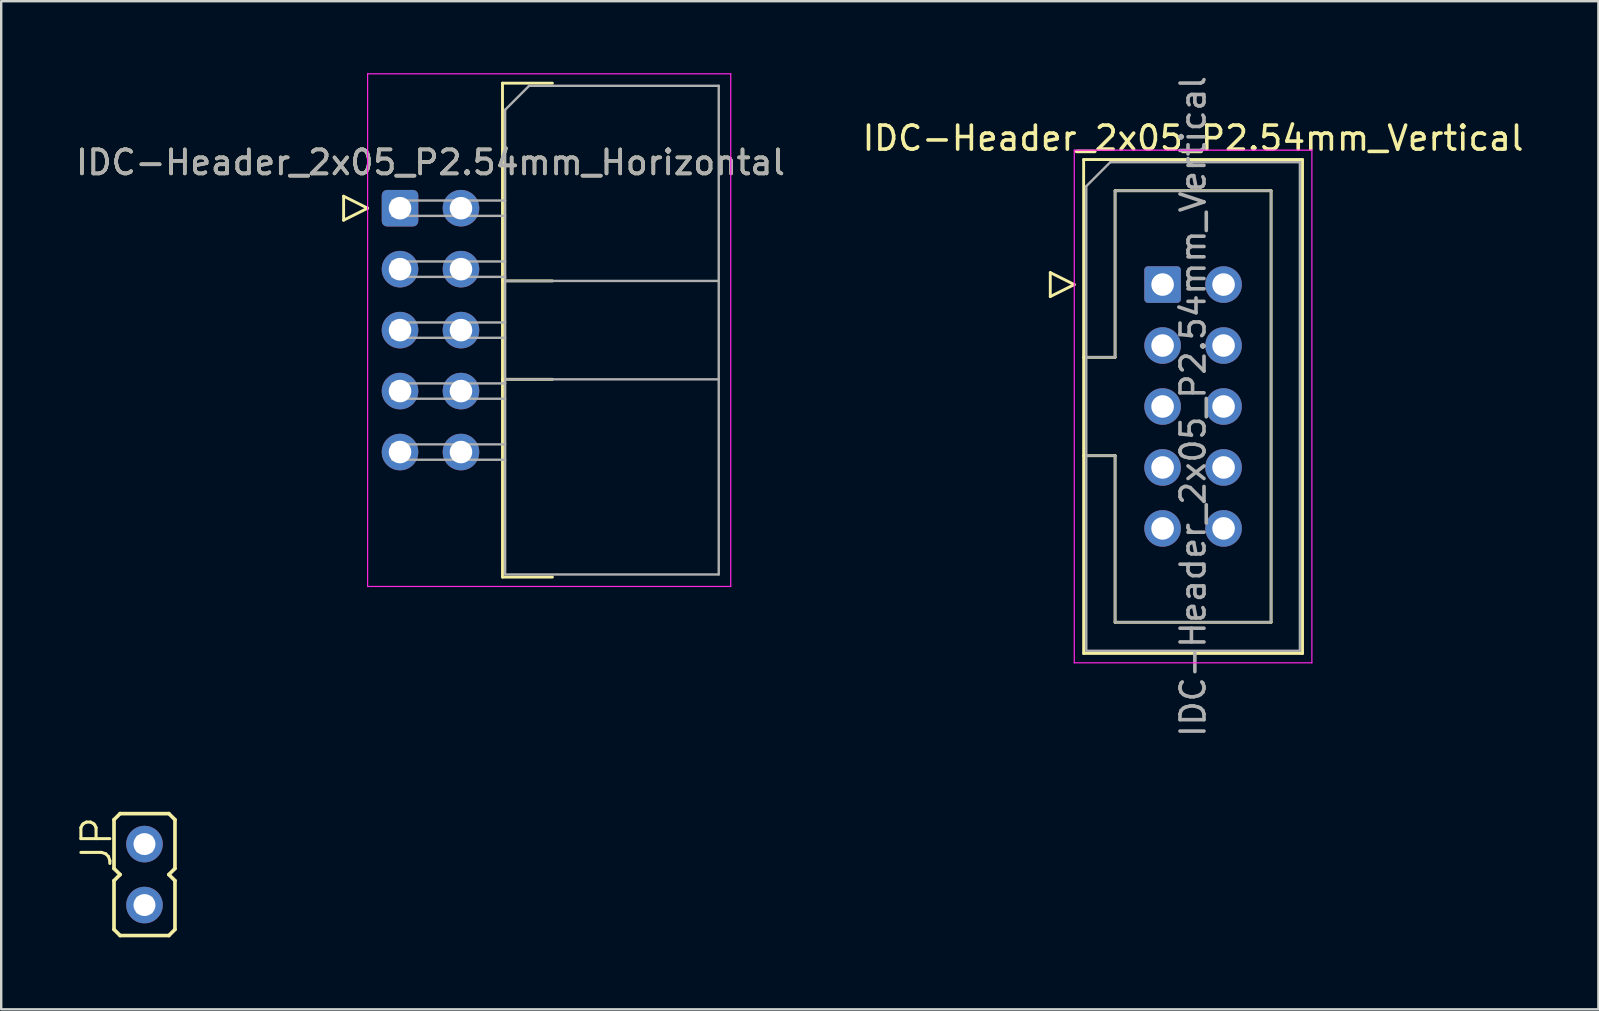
<source format=kicad_pcb>
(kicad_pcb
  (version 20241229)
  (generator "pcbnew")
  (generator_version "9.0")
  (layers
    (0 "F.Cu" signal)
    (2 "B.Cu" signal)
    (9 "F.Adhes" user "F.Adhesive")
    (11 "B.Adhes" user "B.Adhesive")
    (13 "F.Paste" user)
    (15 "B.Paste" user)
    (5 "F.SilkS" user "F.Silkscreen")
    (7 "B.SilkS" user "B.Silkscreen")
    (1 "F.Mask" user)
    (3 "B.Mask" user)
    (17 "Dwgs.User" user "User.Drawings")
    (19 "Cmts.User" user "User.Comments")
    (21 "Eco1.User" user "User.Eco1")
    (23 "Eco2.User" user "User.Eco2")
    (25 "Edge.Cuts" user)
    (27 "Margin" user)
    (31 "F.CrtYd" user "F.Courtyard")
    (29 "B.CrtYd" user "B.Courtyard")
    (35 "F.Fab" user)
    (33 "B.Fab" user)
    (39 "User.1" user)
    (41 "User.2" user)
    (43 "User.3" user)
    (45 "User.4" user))
  (footprint "IDC-Header_2x05_P2.54mm_Horizontal"
    (layer "F.Cu")
    (at 13.617 5.625)
    (property "Reference" "IDC-Header_2x05_P2.54mm_Horizontal" (at 1.27 -1.905 0) (layer "F.SilkS") (effects (font (size 1 1) (thickness 0.15))))
    (attr through_hole)
    (fp_line (start -2.35 -0.5) (end -2.35 0.5) (stroke (width 0.12) (type solid)) (layer "F.SilkS"))
    (fp_line (start -2.35 0.5) (end -1.35 0) (stroke (width 0.12) (type solid)) (layer "F.SilkS"))
    (fp_line (start -1.35 0) (end -2.35 -0.5) (stroke (width 0.12) (type solid)) (layer "F.SilkS"))
    (fp_line (start 4.27 -5.21) (end 6.35 -5.21) (stroke (width 0.12) (type solid)) (layer "F.SilkS"))
    (fp_line (start 4.27 3.03) (end 6.35 3.03) (stroke (width 0.12) (type solid)) (layer "F.SilkS"))
    (fp_line (start 4.27 7.13) (end 6.35 7.13) (stroke (width 0.12) (type solid)) (layer "F.SilkS"))
    (fp_line (start 4.27 15.37) (end 4.27 -5.21) (stroke (width 0.12) (type solid)) (layer "F.SilkS"))
    (fp_line (start 6.35 15.37) (end 4.27 15.37) (stroke (width 0.12) (type solid)) (layer "F.SilkS"))
    (fp_line (start -1.35 -5.6) (end -1.35 15.76) (stroke (width 0.05) (type solid)) (layer "F.CrtYd"))
    (fp_line (start -1.35 15.76) (end 13.78 15.76) (stroke (width 0.05) (type solid)) (layer "F.CrtYd"))
    (fp_line (start 13.78 -5.6) (end -1.35 -5.6) (stroke (width 0.05) (type solid)) (layer "F.CrtYd"))
    (fp_line (start 13.78 15.76) (end 13.78 -5.6) (stroke (width 0.05) (type solid)) (layer "F.CrtYd"))
    (fp_line (start -0.32 -0.32) (end -0.32 0.32) (stroke (width 0.1) (type solid)) (layer "F.Fab"))
    (fp_line (start -0.32 0.32) (end 4.38 0.32) (stroke (width 0.1) (type solid)) (layer "F.Fab"))
    (fp_line (start -0.32 2.22) (end -0.32 2.86) (stroke (width 0.1) (type solid)) (layer "F.Fab"))
    (fp_line (start -0.32 2.86) (end 4.38 2.86) (stroke (width 0.1) (type solid)) (layer "F.Fab"))
    (fp_line (start -0.32 4.76) (end -0.32 5.4) (stroke (width 0.1) (type solid)) (layer "F.Fab"))
    (fp_line (start -0.32 5.4) (end 4.38 5.4) (stroke (width 0.1) (type solid)) (layer "F.Fab"))
    (fp_line (start -0.32 7.3) (end -0.32 7.94) (stroke (width 0.1) (type solid)) (layer "F.Fab"))
    (fp_line (start -0.32 7.94) (end 4.38 7.94) (stroke (width 0.1) (type solid)) (layer "F.Fab"))
    (fp_line (start -0.32 9.84) (end -0.32 10.48) (stroke (width 0.1) (type solid)) (layer "F.Fab"))
    (fp_line (start -0.32 10.48) (end 4.38 10.48) (stroke (width 0.1) (type solid)) (layer "F.Fab"))
    (fp_line (start 4.38 -4.1) (end 5.38 -5.1) (stroke (width 0.1) (type solid)) (layer "F.Fab"))
    (fp_line (start 4.38 -0.32) (end -0.32 -0.32) (stroke (width 0.1) (type solid)) (layer "F.Fab"))
    (fp_line (start 4.38 2.22) (end -0.32 2.22) (stroke (width 0.1) (type solid)) (layer "F.Fab"))
    (fp_line (start 4.38 3.03) (end 13.28 3.03) (stroke (width 0.1) (type solid)) (layer "F.Fab"))
    (fp_line (start 4.38 4.76) (end -0.32 4.76) (stroke (width 0.1) (type solid)) (layer "F.Fab"))
    (fp_line (start 4.38 7.13) (end 13.28 7.13) (stroke (width 0.1) (type solid)) (layer "F.Fab"))
    (fp_line (start 4.38 7.3) (end -0.32 7.3) (stroke (width 0.1) (type solid)) (layer "F.Fab"))
    (fp_line (start 4.38 9.84) (end -0.32 9.84) (stroke (width 0.1) (type solid)) (layer "F.Fab"))
    (fp_line (start 4.38 15.26) (end 4.38 -4.1) (stroke (width 0.1) (type solid)) (layer "F.Fab"))
    (fp_line (start 5.38 -5.1) (end 13.28 -5.1) (stroke (width 0.1) (type solid)) (layer "F.Fab"))
    (fp_line (start 13.28 -5.1) (end 13.28 15.26) (stroke (width 0.1) (type solid)) (layer "F.Fab"))
    (fp_line (start 13.28 15.26) (end 4.38 15.26) (stroke (width 0.1) (type solid)) (layer "F.Fab"))
    (fp_text user "${REFERENCE}" (at 1.27 -1.905 0) (layer "F.Fab") (effects (font (size 1 1) (thickness 0.15))))
    (pad "1" thru_hole roundrect (at 0 0) (size 1.524 1.524) (drill 0.94) (layers "*.Cu" "*.Mask") (roundrect_rratio 0.147))
    (pad "2" thru_hole circle (at 2.54 0) (size 1.524 1.524) (drill 0.94) (layers "*.Cu" "*.Mask"))
    (pad "3" thru_hole circle (at 0 2.54) (size 1.524 1.524) (drill 0.94) (layers "*.Cu" "*.Mask"))
    (pad "4" thru_hole circle (at 2.54 2.54) (size 1.524 1.524) (drill 0.94) (layers "*.Cu" "*.Mask"))
    (pad "5" thru_hole circle (at 0 5.08) (size 1.524 1.524) (drill 0.94) (layers "*.Cu" "*.Mask"))
    (pad "6" thru_hole circle (at 2.54 5.08) (size 1.524 1.524) (drill 0.94) (layers "*.Cu" "*.Mask"))
    (pad "7" thru_hole circle (at 0 7.62) (size 1.524 1.524) (drill 0.94) (layers "*.Cu" "*.Mask"))
    (pad "8" thru_hole circle (at 2.54 7.62) (size 1.524 1.524) (drill 0.94) (layers "*.Cu" "*.Mask"))
    (pad "9" thru_hole circle (at 0 10.16) (size 1.524 1.524) (drill 0.94) (layers "*.Cu" "*.Mask"))
    (pad "10" thru_hole circle (at 2.54 10.16) (size 1.524 1.524) (drill 0.94) (layers "*.Cu" "*.Mask")))
  (footprint "JP"
    (layer "F.Cu")
    (at 2.97 33.39)
    (property "Reference" "JP" (at -2.7 -2.5 90) (layer "F.SilkS") (effects (font (size 1.206 1.206) (thickness 0.127)) (justify right top)))
    (attr through_hole)
    (fp_line (start -1.27 -2.286) (end -1.27 -0.254) (stroke (width 0.152) (type solid)) (layer "F.SilkS"))
    (fp_line (start -1.27 -2.286) (end -1.016 -2.54) (stroke (width 0.152) (type solid)) (layer "F.SilkS"))
    (fp_line (start -1.27 0.254) (end -1.27 2.286) (stroke (width 0.152) (type solid)) (layer "F.SilkS"))
    (fp_line (start -1.016 0) (end -1.27 -0.254) (stroke (width 0.152) (type solid)) (layer "F.SilkS"))
    (fp_line (start -1.016 0) (end -1.27 0.254) (stroke (width 0.152) (type solid)) (layer "F.SilkS"))
    (fp_line (start -1.016 2.54) (end -1.27 2.286) (stroke (width 0.152) (type solid)) (layer "F.SilkS"))
    (fp_line (start -1.016 2.54) (end 1.016 2.54) (stroke (width 0.152) (type solid)) (layer "F.SilkS"))
    (fp_line (start 1.016 -2.54) (end -1.016 -2.54) (stroke (width 0.152) (type solid)) (layer "F.SilkS"))
    (fp_line (start 1.016 0) (end 1.27 -0.254) (stroke (width 0.152) (type solid)) (layer "F.SilkS"))
    (fp_line (start 1.016 0) (end 1.27 0.254) (stroke (width 0.152) (type solid)) (layer "F.SilkS"))
    (fp_line (start 1.016 2.54) (end 1.27 2.286) (stroke (width 0.152) (type solid)) (layer "F.SilkS"))
    (fp_line (start 1.27 -2.286) (end 1.016 -2.54) (stroke (width 0.152) (type solid)) (layer "F.SilkS"))
    (fp_line (start 1.27 -2.286) (end 1.27 -0.254) (stroke (width 0.152) (type solid)) (layer "F.SilkS"))
    (fp_line (start 1.27 0.254) (end 1.27 2.286) (stroke (width 0.152) (type solid)) (layer "F.SilkS"))
    (fp_poly (pts (xy -0.305 -0.965) (xy 0.305 -0.965) (xy 0.305 -1.575) (xy -0.305 -1.575)) (stroke (width 0.1) (type solid)) (fill no) (layer "F.Fab"))
    (fp_poly (pts (xy -0.305 1.575) (xy 0.305 1.575) (xy 0.305 0.965) (xy -0.305 0.965)) (stroke (width 0.1) (type solid)) (fill no) (layer "F.Fab"))
    (pad "1" thru_hole circle (at 0 1.27) (size 1.524 1.524) (drill 0.914) (layers "*.Cu" "*.Mask"))
    (pad "2" thru_hole circle (at 0 -1.27) (size 1.524 1.524) (drill 0.914) (layers "*.Cu" "*.Mask")))
  (footprint "IDC-Header_2x05_P2.54mm_Vertical"
    (layer "F.Cu")
    (at 45.391 8.807)
    (property "Reference" "IDC-Header_2x05_P2.54mm_Vertical" (at 1.27 -6.1 0) (layer "F.SilkS") (effects (font (size 1 1) (thickness 0.15))))
    (attr through_hole)
    (fp_line (start -4.68 -0.5) (end -4.68 0.5) (stroke (width 0.12) (type solid)) (layer "F.SilkS"))
    (fp_line (start -4.68 0.5) (end -3.68 0) (stroke (width 0.12) (type solid)) (layer "F.SilkS"))
    (fp_line (start -3.68 0) (end -4.68 -0.5) (stroke (width 0.12) (type solid)) (layer "F.SilkS"))
    (fp_line (start -3.29 -5.21) (end 5.83 -5.21) (stroke (width 0.12) (type solid)) (layer "F.SilkS"))
    (fp_line (start -3.29 3.03) (end -1.98 3.03) (stroke (width 0.12) (type solid)) (layer "F.SilkS"))
    (fp_line (start -3.29 15.37) (end -3.29 -5.21) (stroke (width 0.12) (type solid)) (layer "F.SilkS"))
    (fp_line (start -1.98 -3.91) (end 4.52 -3.91) (stroke (width 0.12) (type solid)) (layer "F.SilkS"))
    (fp_line (start -1.98 3.03) (end -1.98 -3.91) (stroke (width 0.12) (type solid)) (layer "F.SilkS"))
    (fp_line (start -1.98 7.13) (end -3.29 7.13) (stroke (width 0.12) (type solid)) (layer "F.SilkS"))
    (fp_line (start -1.98 7.13) (end -1.98 7.13) (stroke (width 0.12) (type solid)) (layer "F.SilkS"))
    (fp_line (start -1.98 14.07) (end -1.98 7.13) (stroke (width 0.12) (type solid)) (layer "F.SilkS"))
    (fp_line (start 4.52 -3.91) (end 4.52 14.07) (stroke (width 0.12) (type solid)) (layer "F.SilkS"))
    (fp_line (start 4.52 14.07) (end -1.98 14.07) (stroke (width 0.12) (type solid)) (layer "F.SilkS"))
    (fp_line (start 5.83 -5.21) (end 5.83 15.37) (stroke (width 0.12) (type solid)) (layer "F.SilkS"))
    (fp_line (start 5.83 15.37) (end -3.29 15.37) (stroke (width 0.12) (type solid)) (layer "F.SilkS"))
    (fp_line (start -3.68 -5.6) (end -3.68 15.76) (stroke (width 0.05) (type solid)) (layer "F.CrtYd"))
    (fp_line (start -3.68 15.76) (end 6.22 15.76) (stroke (width 0.05) (type solid)) (layer "F.CrtYd"))
    (fp_line (start 6.22 -5.6) (end -3.68 -5.6) (stroke (width 0.05) (type solid)) (layer "F.CrtYd"))
    (fp_line (start 6.22 15.76) (end 6.22 -5.6) (stroke (width 0.05) (type solid)) (layer "F.CrtYd"))
    (fp_line (start -3.18 -4.1) (end -2.18 -5.1) (stroke (width 0.1) (type solid)) (layer "F.Fab"))
    (fp_line (start -3.18 3.03) (end -1.98 3.03) (stroke (width 0.1) (type solid)) (layer "F.Fab"))
    (fp_line (start -3.18 15.26) (end -3.18 -4.1) (stroke (width 0.1) (type solid)) (layer "F.Fab"))
    (fp_line (start -2.18 -5.1) (end 5.72 -5.1) (stroke (width 0.1) (type solid)) (layer "F.Fab"))
    (fp_line (start -1.98 -3.91) (end 4.52 -3.91) (stroke (width 0.1) (type solid)) (layer "F.Fab"))
    (fp_line (start -1.98 3.03) (end -1.98 -3.91) (stroke (width 0.1) (type solid)) (layer "F.Fab"))
    (fp_line (start -1.98 7.13) (end -3.18 7.13) (stroke (width 0.1) (type solid)) (layer "F.Fab"))
    (fp_line (start -1.98 7.13) (end -1.98 7.13) (stroke (width 0.1) (type solid)) (layer "F.Fab"))
    (fp_line (start -1.98 14.07) (end -1.98 7.13) (stroke (width 0.1) (type solid)) (layer "F.Fab"))
    (fp_line (start 4.52 -3.91) (end 4.52 14.07) (stroke (width 0.1) (type solid)) (layer "F.Fab"))
    (fp_line (start 4.52 14.07) (end -1.98 14.07) (stroke (width 0.1) (type solid)) (layer "F.Fab"))
    (fp_line (start 5.72 -5.1) (end 5.72 15.26) (stroke (width 0.1) (type solid)) (layer "F.Fab"))
    (fp_line (start 5.72 15.26) (end -3.18 15.26) (stroke (width 0.1) (type solid)) (layer "F.Fab"))
    (fp_text user "${REFERENCE}" (at 1.27 5.08 90) (layer "F.Fab") (effects (font (size 1 1) (thickness 0.15))))
    (pad "1" thru_hole roundrect (at 0 0) (size 1.524 1.524) (drill 0.94) (layers "*.Cu" "*.Mask") (roundrect_rratio 0.1))
    (pad "2" thru_hole circle (at 2.54 0) (size 1.524 1.524) (drill 0.94) (layers "*.Cu" "*.Mask"))
    (pad "3" thru_hole circle (at 0 2.54) (size 1.524 1.524) (drill 0.94) (layers "*.Cu" "*.Mask"))
    (pad "4" thru_hole circle (at 2.54 2.54) (size 1.524 1.524) (drill 0.94) (layers "*.Cu" "*.Mask"))
    (pad "5" thru_hole circle (at 0 5.08) (size 1.524 1.524) (drill 0.94) (layers "*.Cu" "*.Mask"))
    (pad "6" thru_hole circle (at 2.54 5.08) (size 1.524 1.524) (drill 0.94) (layers "*.Cu" "*.Mask"))
    (pad "7" thru_hole circle (at 0 7.62) (size 1.524 1.524) (drill 0.94) (layers "*.Cu" "*.Mask"))
    (pad "8" thru_hole circle (at 2.54 7.62) (size 1.524 1.524) (drill 0.94) (layers "*.Cu" "*.Mask"))
    (pad "9" thru_hole circle (at 0 10.16) (size 1.524 1.524) (drill 0.94) (layers "*.Cu" "*.Mask"))
    (pad "10" thru_hole circle (at 2.54 10.16) (size 1.524 1.524) (drill 0.94) (layers "*.Cu" "*.Mask")))
  (gr_rect
    (start -3 -3)
    (end 63.548 39.006)
    (stroke (width 0.1) (type default))
    (fill no)
    (layer "Edge.Cuts")))
</source>
